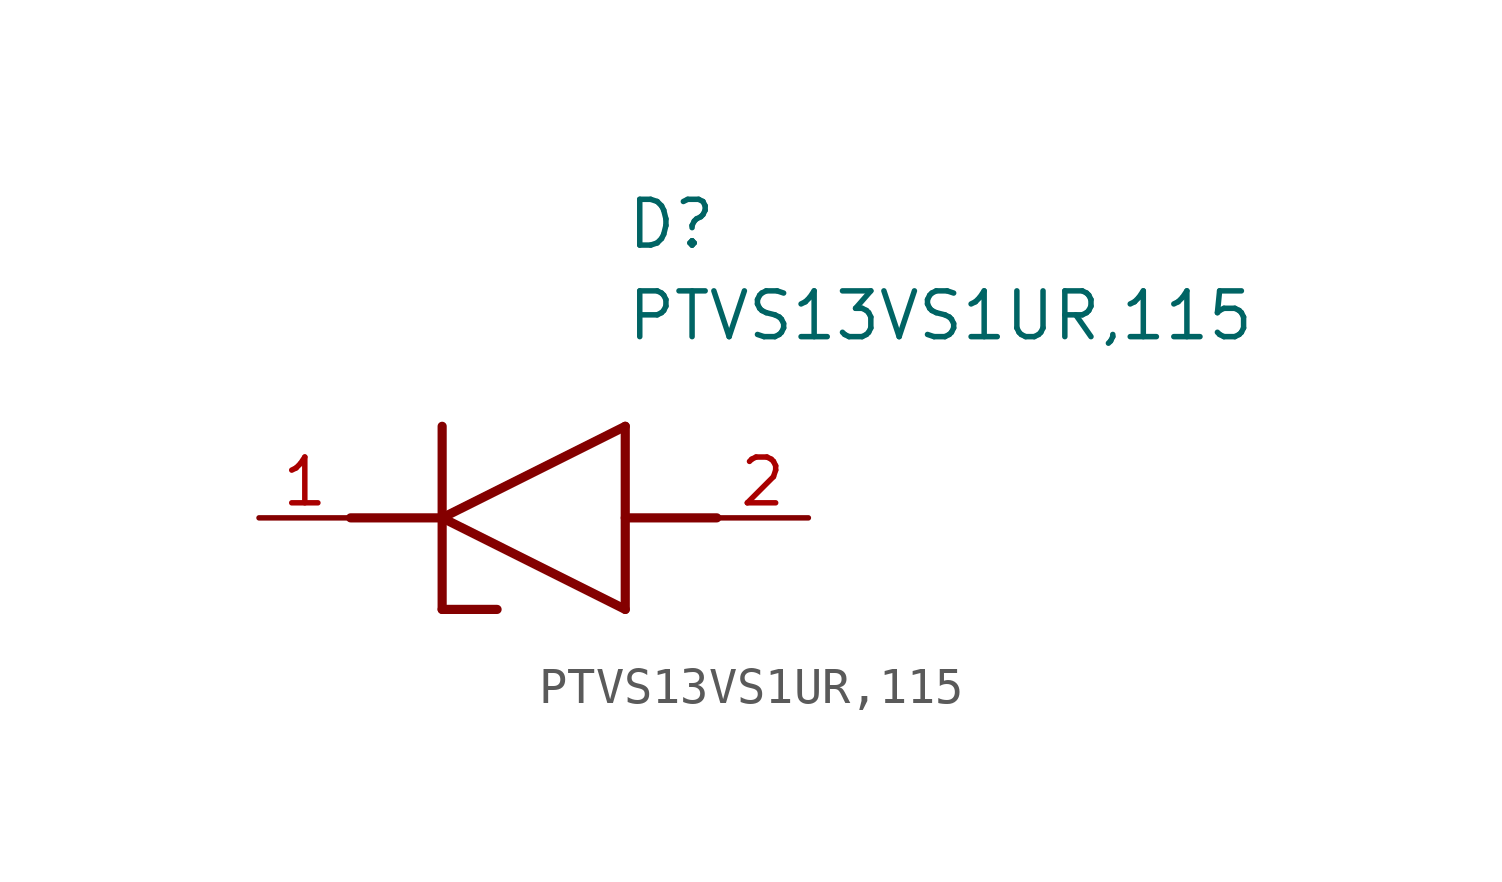
<source format=kicad_sym>
(kicad_symbol_lib
  (version 20211014)
  (generator SamacSys_ECAD_Model)
  (symbol "PTVS13VS1UR,115"
    (pin_names hide)
    (property "Reference" "D"
      (at 10.16 8.89 0)
      (effects (font (size 1.27 1.27)) (justify left top)))
    (property "Value" "PTVS13VS1UR,115"
      (at 10.16 6.35 0)
      (effects (font (size 1.27 1.27)) (justify left top)))
    (polyline
      (pts (xy 5.08 0) (xy 10.16 2.54))
      (stroke (width 0.254) (type default))
      (fill (type none)))
    (polyline
      (pts (xy 10.16 -2.54) (xy 10.16 2.54))
      (stroke (width 0.254) (type default))
      (fill (type none)))
    (polyline
      (pts (xy 10.16 -2.54) (xy 5.08 0))
      (stroke (width 0.254) (type default))
      (fill (type none)))
    (polyline
      (pts (xy 5.08 2.54) (xy 5.08 -2.54))
      (stroke (width 0.254) (type default))
      (fill (type none)))
    (polyline
      (pts (xy 2.54 0) (xy 5.08 0))
      (stroke (width 0.254) (type default))
      (fill (type none)))
    (polyline
      (pts (xy 12.7 0) (xy 10.16 0))
      (stroke (width 0.254) (type default))
      (fill (type none)))
    (polyline
      (pts (xy 5.08 -2.54) (xy 6.604 -2.54))
      (stroke (width 0.254) (type default))
      (fill (type none)))
    (pin passive line
      (at 0 0 0)
      (length 2.54)
      (name "K" (effects (font (size 1.27 1.27))))
      (number "1" (effects (font (size 1.27 1.27)))))
    (pin passive line
      (at 15.24 0 180)
      (length 2.54)
      (name "A" (effects (font (size 1.27 1.27))))
      (number "2" (effects (font (size 1.27 1.27)))))))
</source>
